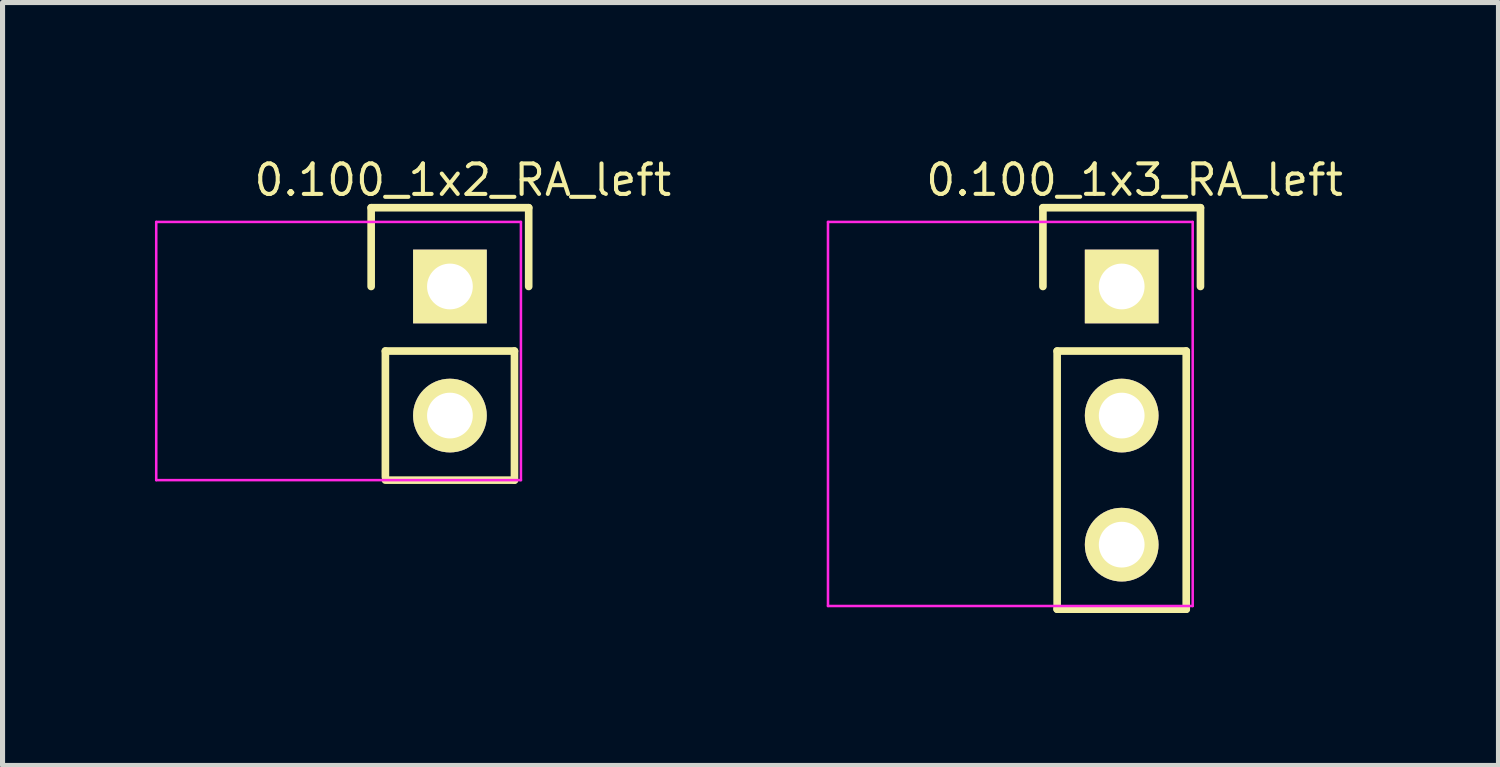
<source format=kicad_pcb>
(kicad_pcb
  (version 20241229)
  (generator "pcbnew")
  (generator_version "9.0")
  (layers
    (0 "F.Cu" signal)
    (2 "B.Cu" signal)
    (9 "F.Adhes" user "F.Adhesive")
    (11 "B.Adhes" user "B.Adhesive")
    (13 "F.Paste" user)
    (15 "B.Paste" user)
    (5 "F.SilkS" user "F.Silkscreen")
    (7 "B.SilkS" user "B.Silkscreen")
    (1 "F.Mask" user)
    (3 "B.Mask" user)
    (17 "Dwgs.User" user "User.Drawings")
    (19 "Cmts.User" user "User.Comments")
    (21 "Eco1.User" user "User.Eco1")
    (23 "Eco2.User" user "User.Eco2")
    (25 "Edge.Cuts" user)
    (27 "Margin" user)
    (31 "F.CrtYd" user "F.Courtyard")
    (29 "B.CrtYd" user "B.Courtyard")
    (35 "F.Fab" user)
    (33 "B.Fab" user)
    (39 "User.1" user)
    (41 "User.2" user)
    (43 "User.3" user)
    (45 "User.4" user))
  (footprint "0.100_1x3_RA_left"
    (layer "F.Cu")
    (at 19.021 5.127)
    (property "Reference" "0.100_1x3_RA_left" (at 0.254 -4.636 0) (layer "F.SilkS") (effects (font (size 0.6 0.6) (thickness 0.08))))
    (attr through_hole)
    (fp_line (start -1.55 -4.09) (end 1.55 -4.09) (stroke (width 0.15) (type solid)) (layer "F.SilkS"))
    (fp_line (start -1.55 -2.54) (end -1.55 -4.09) (stroke (width 0.15) (type solid)) (layer "F.SilkS"))
    (fp_line (start -1.27 -1.27) (end -1.27 3.81) (stroke (width 0.15) (type solid)) (layer "F.SilkS"))
    (fp_line (start -1.27 3.81) (end 1.27 3.81) (stroke (width 0.15) (type solid)) (layer "F.SilkS"))
    (fp_line (start 1.27 -1.27) (end -1.27 -1.27) (stroke (width 0.15) (type solid)) (layer "F.SilkS"))
    (fp_line (start 1.27 3.81) (end 1.27 -1.27) (stroke (width 0.15) (type solid)) (layer "F.SilkS"))
    (fp_line (start 1.55 -4.09) (end 1.55 -2.54) (stroke (width 0.15) (type solid)) (layer "F.SilkS"))
    (fp_line (start -5.779 -3.81) (end -5.779 3.747) (stroke (width 0.05) (type solid)) (layer "F.CrtYd"))
    (fp_line (start -5.779 -3.81) (end 1.397 -3.81) (stroke (width 0.05) (type solid)) (layer "F.CrtYd"))
    (fp_line (start -5.779 3.747) (end 1.397 3.747) (stroke (width 0.05) (type solid)) (layer "F.CrtYd"))
    (fp_line (start 1.397 -3.81) (end 1.397 3.747) (stroke (width 0.05) (type solid)) (layer "F.CrtYd"))
    (pad "1" thru_hole rect (at 0 -2.54) (size 1.45 1.45) (drill 0.9) (layers "*.Cu" "*.Mask" "F.SilkS"))
    (pad "2" thru_hole oval (at 0 0) (size 1.45 1.45) (drill 0.9) (layers "*.Cu" "*.Mask" "F.SilkS"))
    (pad "3" thru_hole oval (at 0 2.54) (size 1.45 1.45) (drill 0.9) (layers "*.Cu" "*.Mask" "F.SilkS")))
  (footprint "0.100_1x2_RA_left"
    (layer "F.Cu")
    (at 5.803 3.857)
    (property "Reference" "0.100_1x2_RA_left" (at 0.254 -3.365 0) (layer "F.SilkS") (effects (font (size 0.6 0.6) (thickness 0.08))))
    (attr through_hole)
    (fp_line (start -1.55 -2.82) (end 1.55 -2.82) (stroke (width 0.15) (type solid)) (layer "F.SilkS"))
    (fp_line (start -1.55 -1.27) (end -1.55 -2.82) (stroke (width 0.15) (type solid)) (layer "F.SilkS"))
    (fp_line (start -1.27 0) (end -1.27 2.477) (stroke (width 0.15) (type solid)) (layer "F.SilkS"))
    (fp_line (start -1.27 2.54) (end 1.27 2.54) (stroke (width 0.15) (type solid)) (layer "F.SilkS"))
    (fp_line (start 1.27 0) (end -1.27 0) (stroke (width 0.15) (type solid)) (layer "F.SilkS"))
    (fp_line (start 1.27 2.54) (end 1.27 0) (stroke (width 0.15) (type solid)) (layer "F.SilkS"))
    (fp_line (start 1.55 -2.82) (end 1.55 -1.27) (stroke (width 0.15) (type solid)) (layer "F.SilkS"))
    (fp_line (start -5.779 -2.54) (end -5.779 2.54) (stroke (width 0.05) (type solid)) (layer "F.CrtYd"))
    (fp_line (start -5.779 -2.54) (end 1.397 -2.54) (stroke (width 0.05) (type solid)) (layer "F.CrtYd"))
    (fp_line (start -5.779 2.54) (end 1.397 2.54) (stroke (width 0.05) (type solid)) (layer "F.CrtYd"))
    (fp_line (start 1.397 -2.54) (end 1.397 2.54) (stroke (width 0.05) (type solid)) (layer "F.CrtYd"))
    (pad "1" thru_hole rect (at 0 -1.27) (size 1.45 1.45) (drill 0.9) (layers "*.Cu" "*.Mask" "F.SilkS"))
    (pad "2" thru_hole oval (at 0 1.27) (size 1.45 1.45) (drill 0.9) (layers "*.Cu" "*.Mask" "F.SilkS")))
  (gr_rect
    (start -3 -3)
    (end 26.435 12.012)
    (stroke (width 0.1) (type default))
    (fill no)
    (layer "Edge.Cuts")))
</source>
